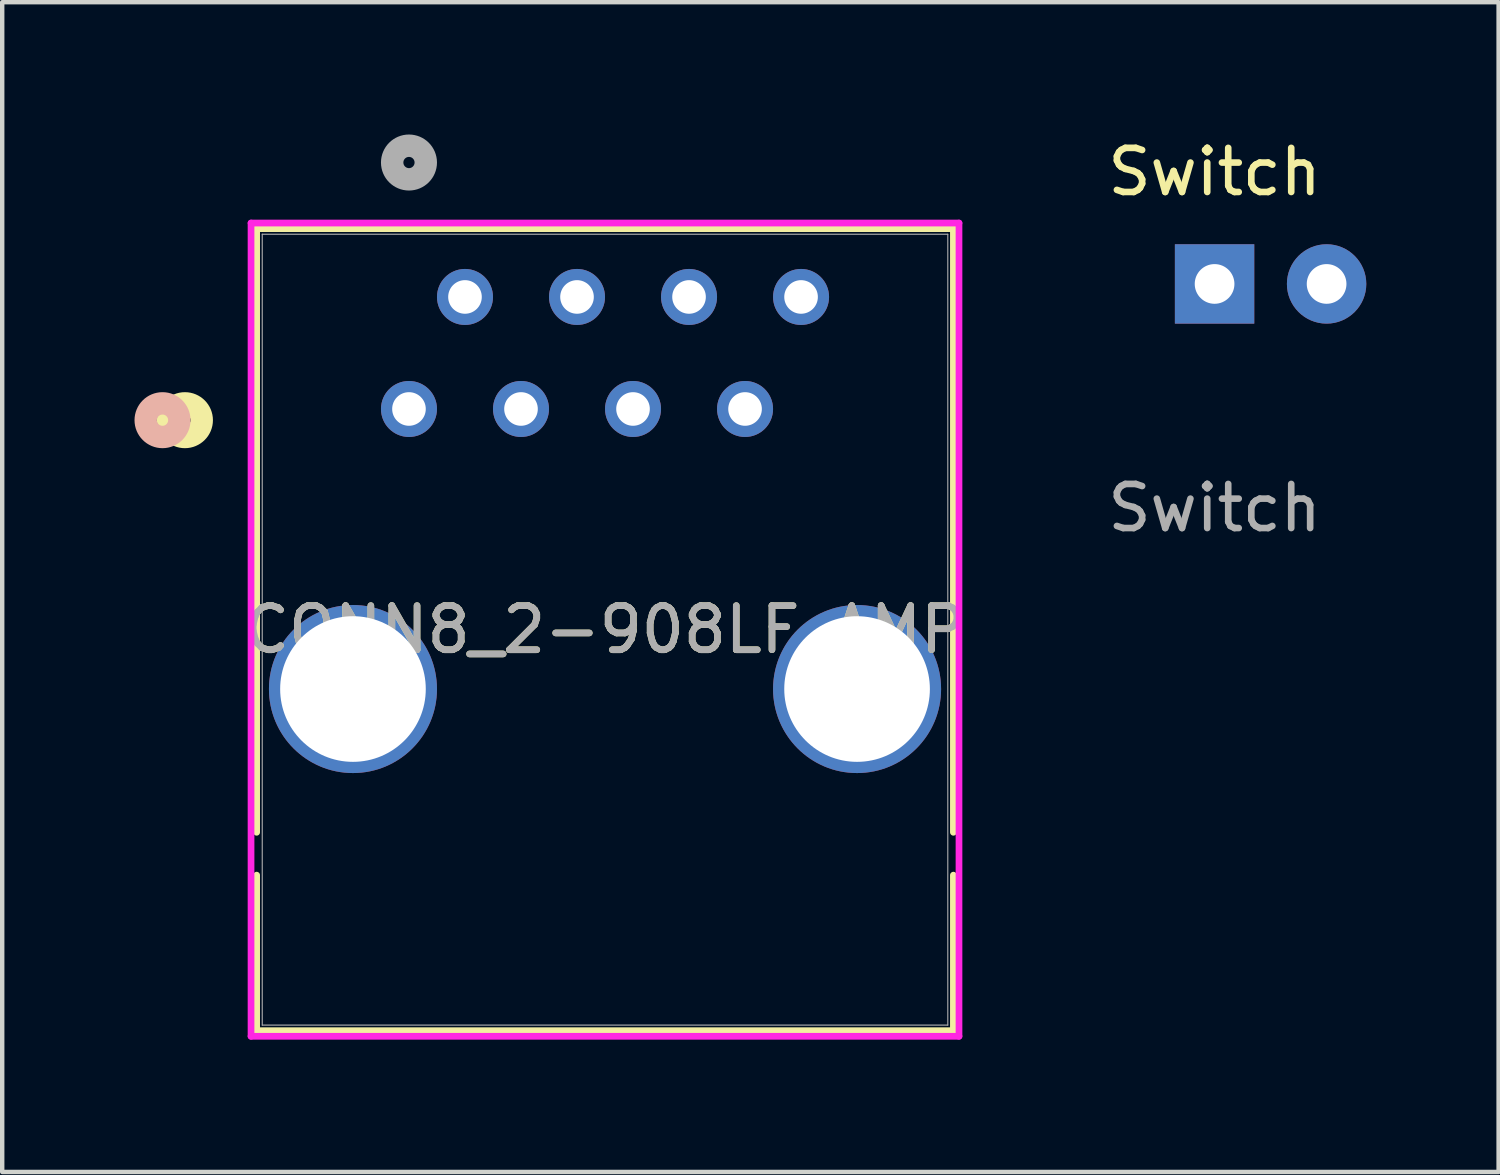
<source format=kicad_pcb>
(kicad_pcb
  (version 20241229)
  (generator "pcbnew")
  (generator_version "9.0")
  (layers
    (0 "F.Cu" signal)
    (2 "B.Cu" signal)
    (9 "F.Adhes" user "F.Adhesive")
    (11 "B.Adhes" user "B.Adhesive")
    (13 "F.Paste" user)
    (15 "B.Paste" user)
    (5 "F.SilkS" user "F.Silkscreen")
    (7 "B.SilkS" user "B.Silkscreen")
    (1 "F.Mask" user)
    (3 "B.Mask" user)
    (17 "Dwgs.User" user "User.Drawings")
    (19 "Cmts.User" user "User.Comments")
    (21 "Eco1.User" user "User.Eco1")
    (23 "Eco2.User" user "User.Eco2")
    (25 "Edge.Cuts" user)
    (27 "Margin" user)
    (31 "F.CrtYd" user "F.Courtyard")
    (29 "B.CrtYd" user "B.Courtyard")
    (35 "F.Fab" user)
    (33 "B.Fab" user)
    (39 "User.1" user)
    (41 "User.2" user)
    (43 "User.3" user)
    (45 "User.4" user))
  (footprint "Switch"
    (layer "F.Cu")
    (at 24.489 3.388)
    (property "Reference" "Switch" (at 0 -2.54 0) (unlocked yes) (layer "F.SilkS") (effects (font (size 1 1) (thickness 0.15))))
    (attr through_hole)
    (fp_text user "${REFERENCE}" (at 0 5.08 0) (unlocked yes) (layer "F.Fab") (effects (font (size 1 1) (thickness 0.15))))
    (pad "1" thru_hole rect (at 0 0) (size 1.8 1.8) (drill 0.9) (layers "*.Cu" "*.Mask"))
    (pad "2" thru_hole circle (at 2.54 0) (size 1.8 1.8) (drill 0.9) (layers "*.Cu" "*.Mask")))
  (footprint "CONN8_2-908LF_AMP"
    (layer "F.Cu")
    (at 6.223 6.223)
    (property "Reference" "CONN8_2-908LF_AMP" (at 4.445 5.004 0) (unlocked yes) (layer "F.SilkS") (effects (font (size 1 1) (thickness 0.15))))
    (attr through_hole)
    (fp_line (start -3.454 -4.089) (end -3.454 9.598) (stroke (width 0.152) (type solid)) (layer "F.SilkS"))
    (fp_line (start -3.454 10.57) (end -3.454 14.097) (stroke (width 0.152) (type solid)) (layer "F.SilkS"))
    (fp_line (start -3.454 14.097) (end 12.344 14.097) (stroke (width 0.152) (type solid)) (layer "F.SilkS"))
    (fp_line (start 12.344 -4.089) (end -3.454 -4.089) (stroke (width 0.152) (type solid)) (layer "F.SilkS"))
    (fp_line (start 12.344 9.598) (end 12.344 -4.089) (stroke (width 0.152) (type solid)) (layer "F.SilkS"))
    (fp_line (start 12.344 14.097) (end 12.344 10.57) (stroke (width 0.152) (type solid)) (layer "F.SilkS"))
    (fp_circle (center -5.08 0.254) (end -4.699 0.254) (stroke (width 0.508) (type solid)) (fill no) (layer "F.SilkS"))
    (fp_circle (center -5.588 0.254) (end -5.207 0.254) (stroke (width 0.508) (type solid)) (fill no) (layer "B.SilkS"))
    (fp_line (start -3.581 -4.216) (end -3.581 14.224) (stroke (width 0.152) (type solid)) (layer "F.CrtYd"))
    (fp_line (start -3.581 14.224) (end 12.471 14.224) (stroke (width 0.152) (type solid)) (layer "F.CrtYd"))
    (fp_line (start 12.471 -4.216) (end -3.581 -4.216) (stroke (width 0.152) (type solid)) (layer "F.CrtYd"))
    (fp_line (start 12.471 14.224) (end 12.471 -4.216) (stroke (width 0.152) (type solid)) (layer "F.CrtYd"))
    (fp_line (start -3.327 -3.962) (end -3.327 13.97) (stroke (width 0.025) (type solid)) (layer "F.Fab"))
    (fp_line (start -3.327 13.97) (end 12.217 13.97) (stroke (width 0.025) (type solid)) (layer "F.Fab"))
    (fp_line (start 12.217 -3.962) (end -3.327 -3.962) (stroke (width 0.025) (type solid)) (layer "F.Fab"))
    (fp_line (start 12.217 13.97) (end 12.217 -3.962) (stroke (width 0.025) (type solid)) (layer "F.Fab"))
    (fp_circle (center 0 -5.588) (end 0.381 -5.588) (stroke (width 0.508) (type solid)) (fill no) (layer "F.Fab"))
    (fp_text user "${REFERENCE}" (at 4.445 5.004 0) (unlocked yes) (layer "F.Fab") (effects (font (size 1 1) (thickness 0.15))))
    (pad "1" thru_hole circle (at 0 0) (size 1.27 1.27) (drill 0.762) (layers "*.Cu" "*.Mask"))
    (pad "2" thru_hole circle (at 1.27 -2.54) (size 1.27 1.27) (drill 0.762) (layers "*.Cu" "*.Mask"))
    (pad "3" thru_hole circle (at 2.54 0) (size 1.27 1.27) (drill 0.762) (layers "*.Cu" "*.Mask"))
    (pad "4" thru_hole circle (at 3.81 -2.54) (size 1.27 1.27) (drill 0.762) (layers "*.Cu" "*.Mask"))
    (pad "5" thru_hole circle (at 5.08 0) (size 1.27 1.27) (drill 0.762) (layers "*.Cu" "*.Mask"))
    (pad "6" thru_hole circle (at 6.35 -2.54) (size 1.27 1.27) (drill 0.762) (layers "*.Cu" "*.Mask"))
    (pad "7" thru_hole circle (at 7.62 0) (size 1.27 1.27) (drill 0.762) (layers "*.Cu" "*.Mask"))
    (pad "8" thru_hole circle (at 8.89 -2.54) (size 1.27 1.27) (drill 0.762) (layers "*.Cu" "*.Mask"))
    (pad "9" thru_hole circle (at -1.27 6.35 90) (size 3.81 3.81) (drill 3.302) (layers "*.Cu" "*.Mask"))
    (pad "10" thru_hole circle (at 10.16 6.35 90) (size 3.81 3.81) (drill 3.302) (layers "*.Cu" "*.Mask")))
  (gr_rect
    (start -3 -3)
    (end 30.929 23.523)
    (stroke (width 0.1) (type default))
    (fill no)
    (layer "Edge.Cuts")))
</source>
